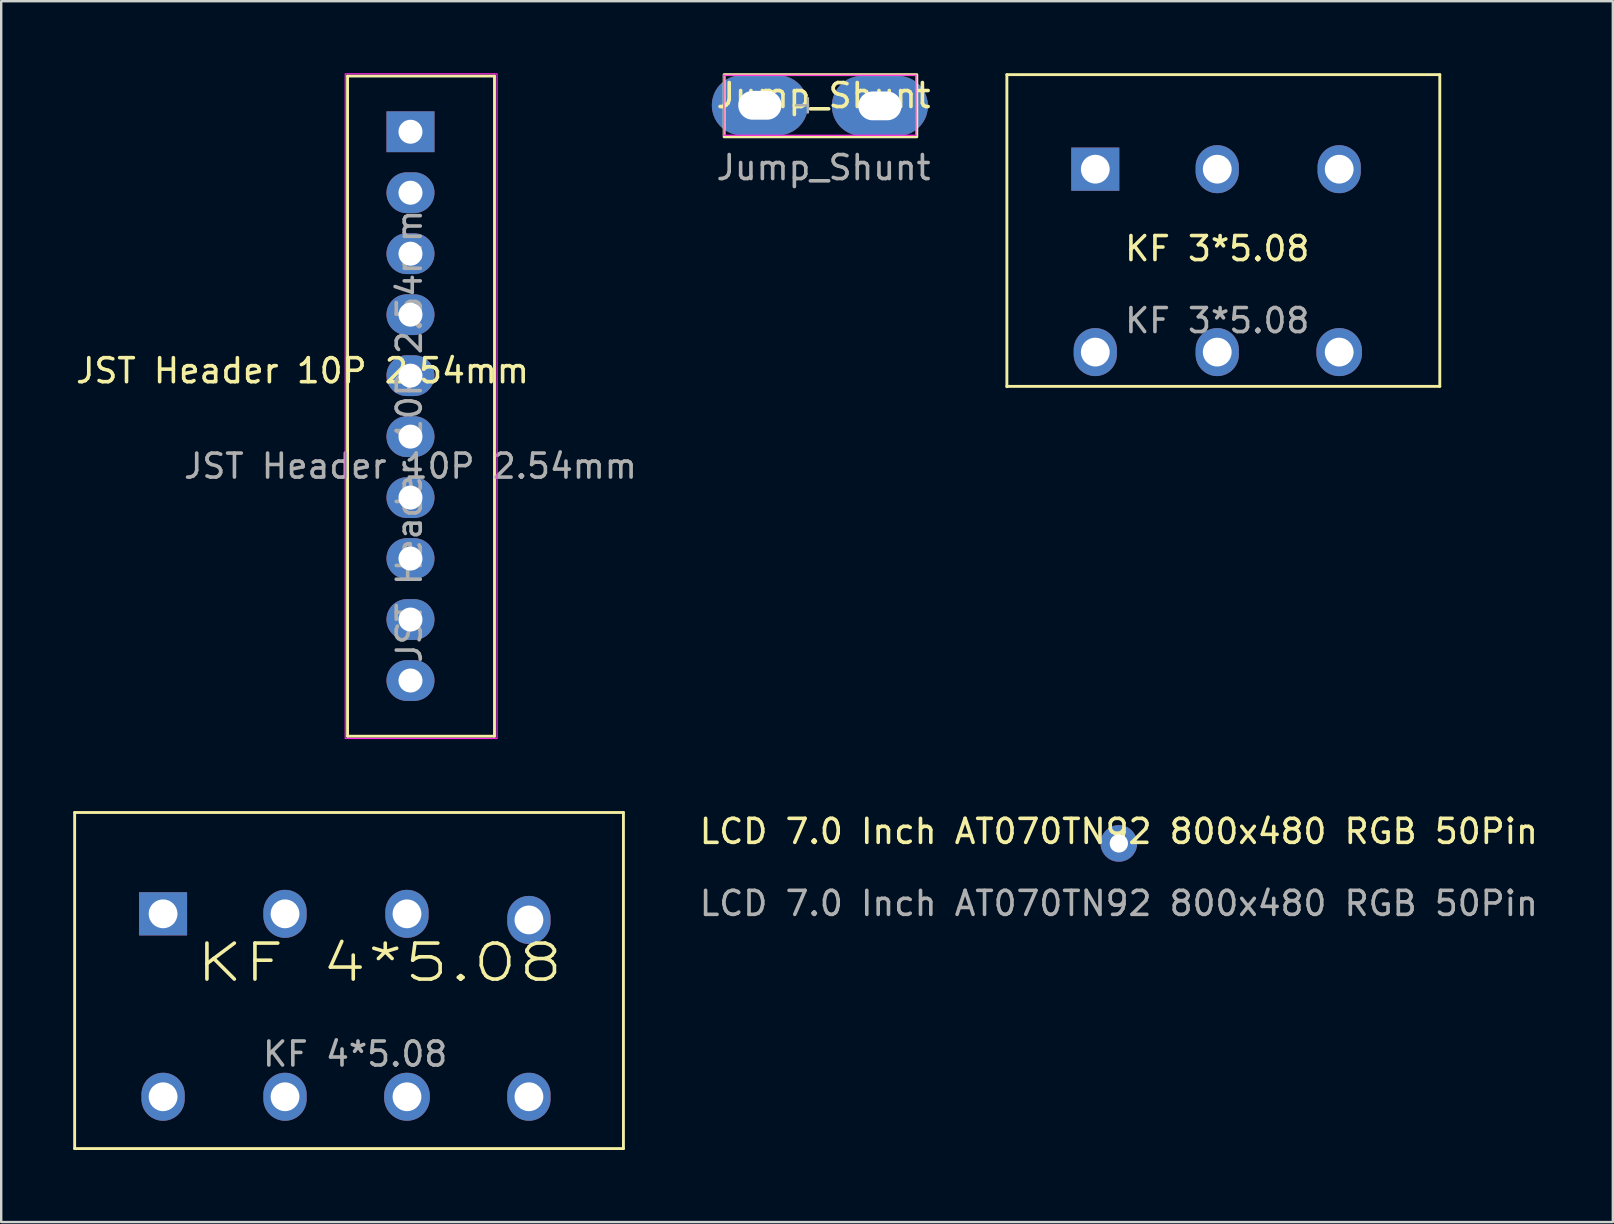
<source format=kicad_pcb>
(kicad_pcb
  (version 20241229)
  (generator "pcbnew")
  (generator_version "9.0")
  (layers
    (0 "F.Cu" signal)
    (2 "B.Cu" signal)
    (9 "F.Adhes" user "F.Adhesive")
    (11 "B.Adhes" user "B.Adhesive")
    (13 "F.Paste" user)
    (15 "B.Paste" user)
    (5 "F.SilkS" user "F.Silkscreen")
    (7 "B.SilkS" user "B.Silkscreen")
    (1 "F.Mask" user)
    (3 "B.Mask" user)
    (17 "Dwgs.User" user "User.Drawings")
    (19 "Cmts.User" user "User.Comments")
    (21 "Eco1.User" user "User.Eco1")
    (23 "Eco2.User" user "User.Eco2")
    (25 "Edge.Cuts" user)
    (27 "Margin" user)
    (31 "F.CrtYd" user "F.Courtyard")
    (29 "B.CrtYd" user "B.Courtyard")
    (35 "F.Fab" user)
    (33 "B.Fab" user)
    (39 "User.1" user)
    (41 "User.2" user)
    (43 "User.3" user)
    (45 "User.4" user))
  (footprint "KF 4*5.08"
    (layer "F.Cu")
    (at 3.743 35.017)
    (property "Reference" "KF 4*5.08" (at 9.017 2.032 0) (unlocked yes) (layer "F.SilkS") (effects (font (size 1.5 2) (thickness 0.15))))
    (attr through_hole)
    (fp_line (start -3.683 -4.221) (end 19.177 -4.221) (stroke (width 0.12) (type solid)) (layer "F.SilkS"))
    (fp_line (start -3.683 9.779) (end -3.683 -4.221) (stroke (width 0.12) (type solid)) (layer "F.SilkS"))
    (fp_line (start -3.683 9.779) (end 19.177 9.779) (stroke (width 0.12) (type solid)) (layer "F.SilkS"))
    (fp_line (start 19.177 9.779) (end 19.177 -4.221) (stroke (width 0.12) (type solid)) (layer "F.SilkS"))
    (fp_text user "${REFERENCE}" (at 8.001 5.842 0) (unlocked yes) (layer "F.Fab") (effects (font (size 1 1) (thickness 0.15))))
    (pad "1" thru_hole rect (at 0 0) (size 2 1.8) (drill 1.2) (layers "*.Cu" "*.Mask"))
    (pad "1" thru_hole oval (at 0 7.62) (size 1.8 2) (drill 1.2) (layers "*.Cu" "*.Mask"))
    (pad "2" thru_hole oval (at 5.08 0) (size 1.8 2) (drill 1.2) (layers "*.Cu" "*.Mask"))
    (pad "2" thru_hole oval (at 5.08 7.62) (size 1.8 2) (drill 1.2) (layers "*.Cu" "*.Mask"))
    (pad "3" thru_hole oval (at 10.16 0) (size 1.8 2) (drill 1.2) (layers "*.Cu" "*.Mask"))
    (pad "3" thru_hole oval (at 10.16 7.62) (size 1.9 2) (drill 1.2) (layers "*.Cu" "*.Mask"))
    (pad "4" thru_hole oval (at 15.24 0.254) (size 1.8 2) (drill 1.2) (layers "*.Cu" "*.Mask"))
    (pad "4" thru_hole oval (at 15.24 7.62) (size 1.8 2) (drill 1.2) (layers "*.Cu" "*.Mask")))
  (footprint "Jump_Shunt"
    (layer "F.Cu")
    (at 31.255 1.432)
    (property "Reference" "Jump_Shunt" (at 0 -0.5 0) (unlocked yes) (layer "F.SilkS") (effects (font (size 1 1) (thickness 0.15))))
    (attr through_hole)
    (fp_rect (start -4.14 -1.372) (end 3.886 1.219) (stroke (width 0.12) (type solid)) (fill no) (layer "F.SilkS"))
    (fp_line (start -4.152 -1.346) (end -4.152 1.154) (stroke (width 0.05) (type solid)) (layer "F.CrtYd"))
    (fp_line (start -4.152 1.154) (end 3.848 1.154) (stroke (width 0.05) (type solid)) (layer "F.CrtYd"))
    (fp_line (start 3.848 -1.346) (end -4.152 -1.346) (stroke (width 0.05) (type solid)) (layer "F.CrtYd"))
    (fp_line (start 3.848 1.154) (end 3.848 -1.346) (stroke (width 0.05) (type solid)) (layer "F.CrtYd"))
    (fp_line (start -1.152 -0.096) (end -0.642 -0.096) (stroke (width 0.1) (type solid)) (layer "F.Fab"))
    (fp_line (start -0.652 -0.396) (end -0.652 0.204) (stroke (width 0.1) (type solid)) (layer "F.Fab"))
    (fp_text user "${REFERENCE}" (at 0 2.5 0) (unlocked yes) (layer "F.Fab") (effects (font (size 1 1) (thickness 0.15))))
    (pad "1" thru_hole oval (at -2.652 -0.096) (size 4 2.5) (drill oval 1.8 1.2) (layers "*.Cu" "*.Mask"))
    (pad "1" thru_hole oval (at 2.348 -0.071) (size 4 2.5) (drill oval 1.8 1.2) (layers "*.Cu" "*.Mask")))
  (footprint "KF 3*5.08"
    (layer "F.Cu")
    (at 47.656 7.807)
    (property "Reference" "KF 3*5.08" (at 0 -0.5 0) (unlocked yes) (layer "F.SilkS") (effects (font (size 1 1) (thickness 0.15))))
    (attr through_hole)
    (fp_line (start -8.763 -7.747) (end -8.763 5.252) (stroke (width 0.12) (type solid)) (layer "F.SilkS"))
    (fp_line (start -8.763 -7.747) (end 9.271 -7.747) (stroke (width 0.12) (type solid)) (layer "F.SilkS"))
    (fp_line (start -8.763 5.237) (end 9.271 5.237) (stroke (width 0.12) (type solid)) (layer "F.SilkS"))
    (fp_line (start 9.271 -7.747) (end 9.271 5.237) (stroke (width 0.12) (type solid)) (layer "F.SilkS"))
    (fp_text user "${REFERENCE}" (at 0 2.5 0) (unlocked yes) (layer "F.Fab") (effects (font (size 1 1) (thickness 0.15))))
    (pad "1" thru_hole rect (at -5.08 -3.81) (size 2 1.8) (drill 1.2) (layers "*.Cu" "*.Mask"))
    (pad "1" thru_hole oval (at -5.08 3.81) (size 1.8 2) (drill 1.2) (layers "*.Cu" "*.Mask"))
    (pad "2" thru_hole oval (at 0 -3.81) (size 1.8 2) (drill 1.2) (layers "*.Cu" "*.Mask"))
    (pad "2" thru_hole oval (at 0 3.81) (size 1.8 2) (drill 1.2) (layers "*.Cu" "*.Mask"))
    (pad "3" thru_hole oval (at 5.08 -3.81) (size 1.8 2) (drill 1.2) (layers "*.Cu" "*.Mask"))
    (pad "3" thru_hole oval (at 5.08 3.81) (size 1.9 2) (drill 1.2) (layers "*.Cu" "*.Mask")))
  (footprint "JST Header 10P 2.54mm"
    (layer "F.Cu")
    (at 14.049 13.868)
    (property "Reference" "JST Header 10P 2.54mm" (at -4.496 -1.473 0) (unlocked yes) (layer "F.SilkS") (effects (font (size 1 1) (thickness 0.15))))
    (attr through_hole)
    (fp_line (start -2.621 -13.75) (end -2.621 13.75) (stroke (width 0.12) (type solid)) (layer "F.SilkS"))
    (fp_line (start -2.621 -13.75) (end 3.5 -13.75) (stroke (width 0.12) (type solid)) (layer "F.SilkS"))
    (fp_line (start -2.621 13.75) (end 3.5 13.75) (stroke (width 0.12) (type solid)) (layer "F.SilkS"))
    (fp_line (start 3.5 -13.75) (end 3.5 13.75) (stroke (width 0.12) (type solid)) (layer "F.SilkS"))
    (fp_rect (start -2.718 -13.843) (end 3.607 13.843) (stroke (width 0.05) (type solid)) (fill no) (layer "F.CrtYd"))
    (fp_text user "${REFERENCE}" (at -0.048 1.257 90) (layer "F.Fab") (effects (font (size 1 1) (thickness 0.15))))
    (fp_text user "${REFERENCE}" (at 0 2.5 0) (unlocked yes) (layer "F.Fab") (effects (font (size 1 1) (thickness 0.15))))
    (pad "1" thru_hole rect (at 0 -11.43) (size 2 1.7) (drill 1) (layers "*.Cu" "*.Mask"))
    (pad "2" thru_hole oval (at 0 -8.89) (size 2 1.7) (drill 1) (layers "*.Cu" "*.Mask"))
    (pad "3" thru_hole oval (at 0 -6.35) (size 2 1.7) (drill 1) (layers "*.Cu" "*.Mask"))
    (pad "4" thru_hole oval (at 0 -3.81) (size 2 1.7) (drill 1) (layers "*.Cu" "*.Mask"))
    (pad "5" thru_hole oval (at 0 -1.27) (size 2 1.7) (drill 1) (layers "*.Cu" "*.Mask"))
    (pad "6" thru_hole oval (at 0 1.27) (size 2 1.7) (drill 1) (layers "*.Cu" "*.Mask"))
    (pad "7" thru_hole oval (at 0 3.81) (size 2 1.7) (drill 1) (layers "*.Cu" "*.Mask"))
    (pad "8" thru_hole oval (at 0 6.35) (size 2 1.7) (drill 1) (layers "*.Cu" "*.Mask"))
    (pad "9" thru_hole oval (at 0 8.89) (size 2 1.7) (drill 1) (layers "*.Cu" "*.Mask"))
    (pad "10" thru_hole oval (at 0 11.43) (size 2 1.7) (drill 1) (layers "*.Cu" "*.Mask")))
  (footprint "LCD 7.0 Inch AT070TN92 800x480 RGB 50Pin"
    (layer "F.Cu")
    (at 43.557 32.084)
    (property "Reference" "LCD 7.0 Inch AT070TN92 800x480 RGB 50Pin" (at 0 -0.5 0) (unlocked yes) (layer "F.SilkS") (effects (font (size 1 1) (thickness 0.15))))
    (attr through_hole)
    (fp_text user "${REFERENCE}" (at 0 2.5 0) (unlocked yes) (layer "F.Fab") (effects (font (size 1 1) (thickness 0.15))))
    (pad "1" thru_hole circle (at 0 0) (size 1.524 1.524) (drill 0.762) (layers "*.Cu" "*.Mask")))
  (gr_rect
    (start -3 -3)
    (end 64.135 47.856)
    (stroke (width 0.1) (type default))
    (fill no)
    (layer "Edge.Cuts")))
</source>
